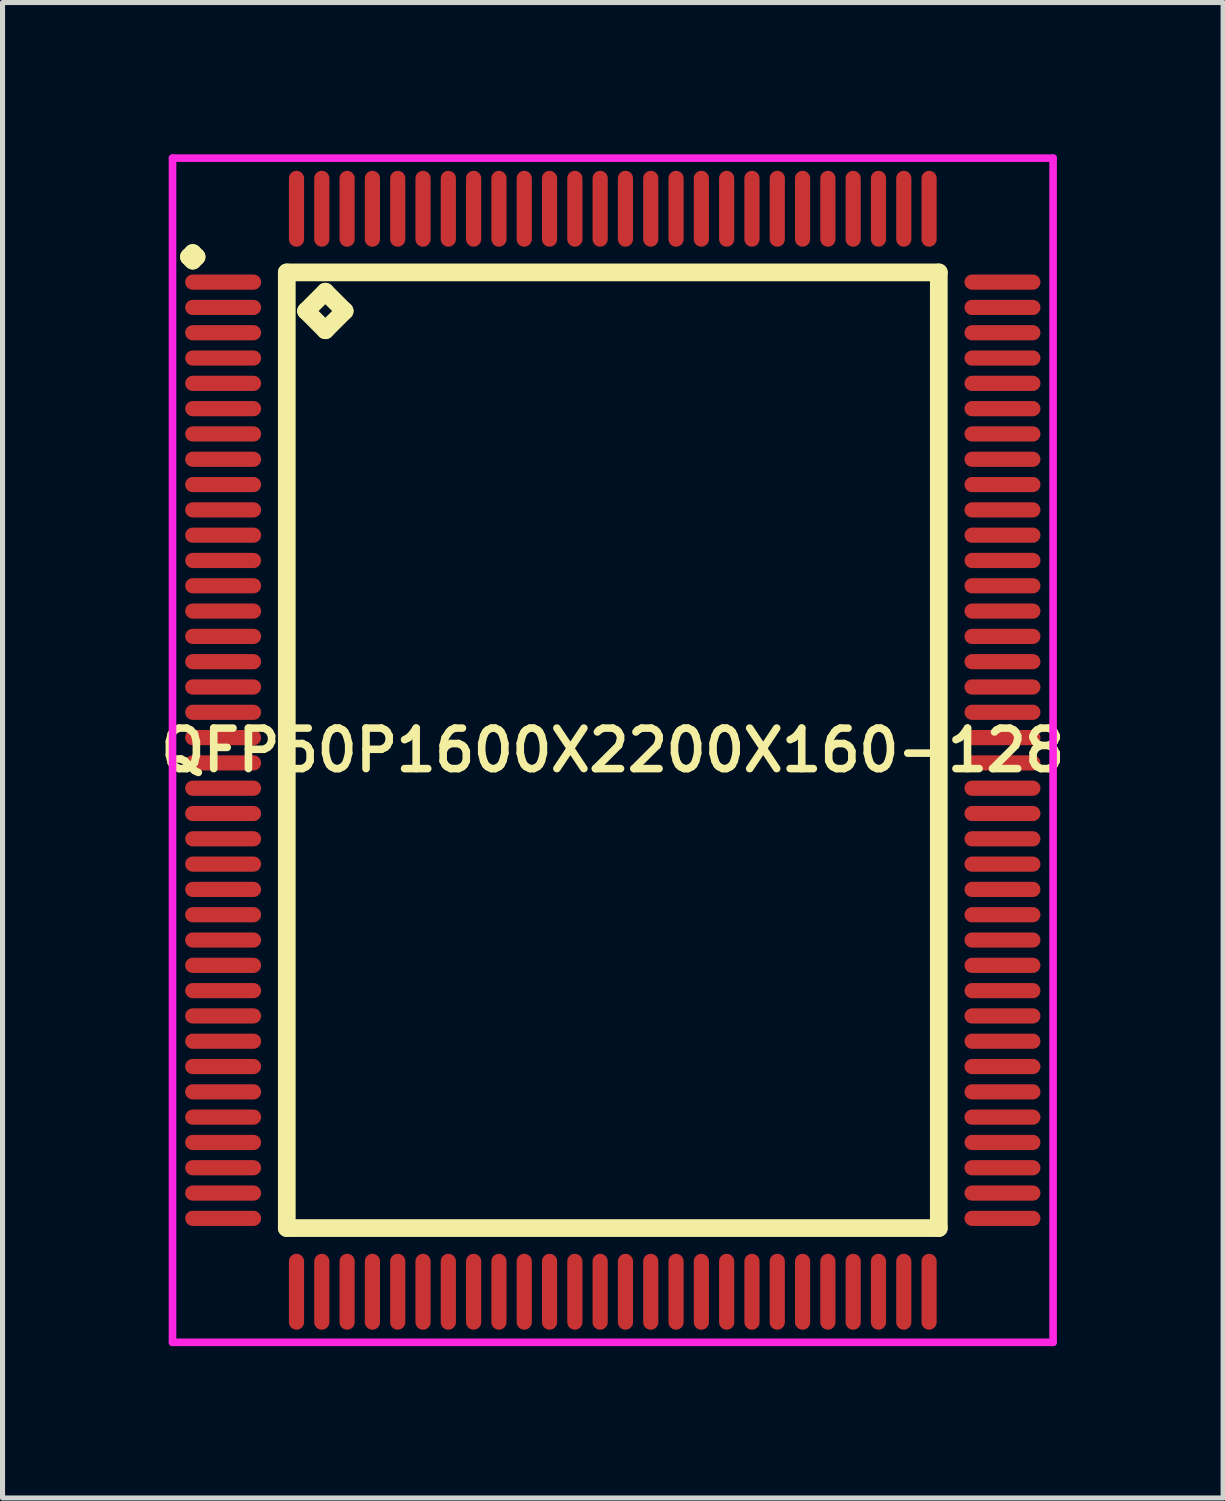
<source format=kicad_pcb>
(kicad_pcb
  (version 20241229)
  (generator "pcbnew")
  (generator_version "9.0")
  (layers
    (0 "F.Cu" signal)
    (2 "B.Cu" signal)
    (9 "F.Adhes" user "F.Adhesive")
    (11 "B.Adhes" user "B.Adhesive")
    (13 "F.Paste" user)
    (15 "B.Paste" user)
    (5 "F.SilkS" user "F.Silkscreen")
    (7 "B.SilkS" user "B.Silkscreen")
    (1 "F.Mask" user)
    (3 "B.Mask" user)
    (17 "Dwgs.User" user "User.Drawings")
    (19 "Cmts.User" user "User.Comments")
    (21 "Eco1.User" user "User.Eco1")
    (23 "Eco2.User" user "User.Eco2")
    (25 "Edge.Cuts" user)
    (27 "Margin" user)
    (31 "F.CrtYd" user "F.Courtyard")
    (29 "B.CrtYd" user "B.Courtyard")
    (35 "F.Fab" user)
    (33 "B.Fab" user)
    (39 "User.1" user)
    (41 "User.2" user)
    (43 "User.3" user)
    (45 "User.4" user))
  (footprint "QFP50P1600X2200X160-128"
    (layer "F.Cu")
    (at 9.059 11.775)
    (property "Reference" "QFP50P1600X2200X160-128" (at 0 0 0) (layer "F.SilkS") (effects (font (size 0.8 0.8) (thickness 0.15))))
    (attr smd)
    (fp_line (start -8.375 -9.75) (end -8.3 -9.825) (stroke (width 0.35) (type solid)) (layer "F.SilkS"))
    (fp_line (start -8.3 -9.825) (end -8.225 -9.75) (stroke (width 0.35) (type solid)) (layer "F.SilkS"))
    (fp_line (start -8.3 -9.675) (end -8.375 -9.75) (stroke (width 0.35) (type solid)) (layer "F.SilkS"))
    (fp_line (start -8.225 -9.75) (end -8.3 -9.675) (stroke (width 0.35) (type solid)) (layer "F.SilkS"))
    (fp_line (start -6.442 -9.442) (end -6.442 9.442) (stroke (width 0.35) (type solid)) (layer "F.SilkS"))
    (fp_line (start -6.442 9.442) (end 6.442 9.442) (stroke (width 0.35) (type solid)) (layer "F.SilkS"))
    (fp_line (start -6.061 -8.68) (end -5.68 -9.061) (stroke (width 0.35) (type solid)) (layer "F.SilkS"))
    (fp_line (start -5.68 -9.061) (end -5.299 -8.68) (stroke (width 0.35) (type solid)) (layer "F.SilkS"))
    (fp_line (start -5.68 -8.299) (end -6.061 -8.68) (stroke (width 0.35) (type solid)) (layer "F.SilkS"))
    (fp_line (start -5.299 -8.68) (end -5.68 -8.299) (stroke (width 0.35) (type solid)) (layer "F.SilkS"))
    (fp_line (start 6.442 -9.442) (end -6.442 -9.442) (stroke (width 0.35) (type solid)) (layer "F.SilkS"))
    (fp_line (start 6.442 9.442) (end 6.442 -9.442) (stroke (width 0.35) (type solid)) (layer "F.SilkS"))
    (fp_line (start -8.7 -11.7) (end 8.7 -11.7) (stroke (width 0.15) (type solid)) (layer "F.CrtYd"))
    (fp_line (start -8.7 11.7) (end -8.7 -11.7) (stroke (width 0.15) (type solid)) (layer "F.CrtYd"))
    (fp_line (start 8.7 -11.7) (end 8.7 11.7) (stroke (width 0.15) (type solid)) (layer "F.CrtYd"))
    (fp_line (start 8.7 11.7) (end -8.7 11.7) (stroke (width 0.15) (type solid)) (layer "F.CrtYd"))
    (pad "1" smd oval (at -7.7 -9.25) (size 1.5 0.3) (layers "F.Cu" "F.Mask" "F.Paste"))
    (pad "2" smd oval (at -7.7 -8.75) (size 1.5 0.3) (layers "F.Cu" "F.Mask" "F.Paste"))
    (pad "3" smd oval (at -7.7 -8.25) (size 1.5 0.3) (layers "F.Cu" "F.Mask" "F.Paste"))
    (pad "4" smd oval (at -7.7 -7.75) (size 1.5 0.3) (layers "F.Cu" "F.Mask" "F.Paste"))
    (pad "5" smd oval (at -7.7 -7.25) (size 1.5 0.3) (layers "F.Cu" "F.Mask" "F.Paste"))
    (pad "6" smd oval (at -7.7 -6.75) (size 1.5 0.3) (layers "F.Cu" "F.Mask" "F.Paste"))
    (pad "7" smd oval (at -7.7 -6.25) (size 1.5 0.3) (layers "F.Cu" "F.Mask" "F.Paste"))
    (pad "8" smd oval (at -7.7 -5.75) (size 1.5 0.3) (layers "F.Cu" "F.Mask" "F.Paste"))
    (pad "9" smd oval (at -7.7 -5.25) (size 1.5 0.3) (layers "F.Cu" "F.Mask" "F.Paste"))
    (pad "10" smd oval (at -7.7 -4.75) (size 1.5 0.3) (layers "F.Cu" "F.Mask" "F.Paste"))
    (pad "11" smd oval (at -7.7 -4.25) (size 1.5 0.3) (layers "F.Cu" "F.Mask" "F.Paste"))
    (pad "12" smd oval (at -7.7 -3.75) (size 1.5 0.3) (layers "F.Cu" "F.Mask" "F.Paste"))
    (pad "13" smd oval (at -7.7 -3.25) (size 1.5 0.3) (layers "F.Cu" "F.Mask" "F.Paste"))
    (pad "14" smd oval (at -7.7 -2.75) (size 1.5 0.3) (layers "F.Cu" "F.Mask" "F.Paste"))
    (pad "15" smd oval (at -7.7 -2.25) (size 1.5 0.3) (layers "F.Cu" "F.Mask" "F.Paste"))
    (pad "16" smd oval (at -7.7 -1.75) (size 1.5 0.3) (layers "F.Cu" "F.Mask" "F.Paste"))
    (pad "17" smd oval (at -7.7 -1.25) (size 1.5 0.3) (layers "F.Cu" "F.Mask" "F.Paste"))
    (pad "18" smd oval (at -7.7 -0.75) (size 1.5 0.3) (layers "F.Cu" "F.Mask" "F.Paste"))
    (pad "19" smd oval (at -7.7 -0.25) (size 1.5 0.3) (layers "F.Cu" "F.Mask" "F.Paste"))
    (pad "20" smd oval (at -7.7 0.25) (size 1.5 0.3) (layers "F.Cu" "F.Mask" "F.Paste"))
    (pad "21" smd oval (at -7.7 0.75) (size 1.5 0.3) (layers "F.Cu" "F.Mask" "F.Paste"))
    (pad "22" smd oval (at -7.7 1.25) (size 1.5 0.3) (layers "F.Cu" "F.Mask" "F.Paste"))
    (pad "23" smd oval (at -7.7 1.75) (size 1.5 0.3) (layers "F.Cu" "F.Mask" "F.Paste"))
    (pad "24" smd oval (at -7.7 2.25) (size 1.5 0.3) (layers "F.Cu" "F.Mask" "F.Paste"))
    (pad "25" smd oval (at -7.7 2.75) (size 1.5 0.3) (layers "F.Cu" "F.Mask" "F.Paste"))
    (pad "26" smd oval (at -7.7 3.25) (size 1.5 0.3) (layers "F.Cu" "F.Mask" "F.Paste"))
    (pad "27" smd oval (at -7.7 3.75) (size 1.5 0.3) (layers "F.Cu" "F.Mask" "F.Paste"))
    (pad "28" smd oval (at -7.7 4.25) (size 1.5 0.3) (layers "F.Cu" "F.Mask" "F.Paste"))
    (pad "29" smd oval (at -7.7 4.75) (size 1.5 0.3) (layers "F.Cu" "F.Mask" "F.Paste"))
    (pad "30" smd oval (at -7.7 5.25) (size 1.5 0.3) (layers "F.Cu" "F.Mask" "F.Paste"))
    (pad "31" smd oval (at -7.7 5.75) (size 1.5 0.3) (layers "F.Cu" "F.Mask" "F.Paste"))
    (pad "32" smd oval (at -7.7 6.25) (size 1.5 0.3) (layers "F.Cu" "F.Mask" "F.Paste"))
    (pad "33" smd oval (at -7.7 6.75) (size 1.5 0.3) (layers "F.Cu" "F.Mask" "F.Paste"))
    (pad "34" smd oval (at -7.7 7.25) (size 1.5 0.3) (layers "F.Cu" "F.Mask" "F.Paste"))
    (pad "35" smd oval (at -7.7 7.75) (size 1.5 0.3) (layers "F.Cu" "F.Mask" "F.Paste"))
    (pad "36" smd oval (at -7.7 8.25) (size 1.5 0.3) (layers "F.Cu" "F.Mask" "F.Paste"))
    (pad "37" smd oval (at -7.7 8.75) (size 1.5 0.3) (layers "F.Cu" "F.Mask" "F.Paste"))
    (pad "38" smd oval (at -7.7 9.25) (size 1.5 0.3) (layers "F.Cu" "F.Mask" "F.Paste"))
    (pad "39" smd oval (at -6.25 10.7) (size 0.3 1.5) (layers "F.Cu" "F.Mask" "F.Paste"))
    (pad "40" smd oval (at -5.75 10.7) (size 0.3 1.5) (layers "F.Cu" "F.Mask" "F.Paste"))
    (pad "41" smd oval (at -5.25 10.7) (size 0.3 1.5) (layers "F.Cu" "F.Mask" "F.Paste"))
    (pad "42" smd oval (at -4.75 10.7) (size 0.3 1.5) (layers "F.Cu" "F.Mask" "F.Paste"))
    (pad "43" smd oval (at -4.25 10.7) (size 0.3 1.5) (layers "F.Cu" "F.Mask" "F.Paste"))
    (pad "44" smd oval (at -3.75 10.7) (size 0.3 1.5) (layers "F.Cu" "F.Mask" "F.Paste"))
    (pad "45" smd oval (at -3.25 10.7) (size 0.3 1.5) (layers "F.Cu" "F.Mask" "F.Paste"))
    (pad "46" smd oval (at -2.75 10.7) (size 0.3 1.5) (layers "F.Cu" "F.Mask" "F.Paste"))
    (pad "47" smd oval (at -2.25 10.7) (size 0.3 1.5) (layers "F.Cu" "F.Mask" "F.Paste"))
    (pad "48" smd oval (at -1.75 10.7) (size 0.3 1.5) (layers "F.Cu" "F.Mask" "F.Paste"))
    (pad "49" smd oval (at -1.25 10.7) (size 0.3 1.5) (layers "F.Cu" "F.Mask" "F.Paste"))
    (pad "50" smd oval (at -0.75 10.7) (size 0.3 1.5) (layers "F.Cu" "F.Mask" "F.Paste"))
    (pad "51" smd oval (at -0.25 10.7) (size 0.3 1.5) (layers "F.Cu" "F.Mask" "F.Paste"))
    (pad "52" smd oval (at 0.25 10.7) (size 0.3 1.5) (layers "F.Cu" "F.Mask" "F.Paste"))
    (pad "53" smd oval (at 0.75 10.7) (size 0.3 1.5) (layers "F.Cu" "F.Mask" "F.Paste"))
    (pad "54" smd oval (at 1.25 10.7) (size 0.3 1.5) (layers "F.Cu" "F.Mask" "F.Paste"))
    (pad "55" smd oval (at 1.75 10.7) (size 0.3 1.5) (layers "F.Cu" "F.Mask" "F.Paste"))
    (pad "56" smd oval (at 2.25 10.7) (size 0.3 1.5) (layers "F.Cu" "F.Mask" "F.Paste"))
    (pad "57" smd oval (at 2.75 10.7) (size 0.3 1.5) (layers "F.Cu" "F.Mask" "F.Paste"))
    (pad "58" smd oval (at 3.25 10.7) (size 0.3 1.5) (layers "F.Cu" "F.Mask" "F.Paste"))
    (pad "59" smd oval (at 3.75 10.7) (size 0.3 1.5) (layers "F.Cu" "F.Mask" "F.Paste"))
    (pad "60" smd oval (at 4.25 10.7) (size 0.3 1.5) (layers "F.Cu" "F.Mask" "F.Paste"))
    (pad "61" smd oval (at 4.75 10.7) (size 0.3 1.5) (layers "F.Cu" "F.Mask" "F.Paste"))
    (pad "62" smd oval (at 5.25 10.7) (size 0.3 1.5) (layers "F.Cu" "F.Mask" "F.Paste"))
    (pad "63" smd oval (at 5.75 10.7) (size 0.3 1.5) (layers "F.Cu" "F.Mask" "F.Paste"))
    (pad "64" smd oval (at 6.25 10.7) (size 0.3 1.5) (layers "F.Cu" "F.Mask" "F.Paste"))
    (pad "65" smd oval (at 7.7 9.25) (size 1.5 0.3) (layers "F.Cu" "F.Mask" "F.Paste"))
    (pad "66" smd oval (at 7.7 8.75) (size 1.5 0.3) (layers "F.Cu" "F.Mask" "F.Paste"))
    (pad "67" smd oval (at 7.7 8.25) (size 1.5 0.3) (layers "F.Cu" "F.Mask" "F.Paste"))
    (pad "68" smd oval (at 7.7 7.75) (size 1.5 0.3) (layers "F.Cu" "F.Mask" "F.Paste"))
    (pad "69" smd oval (at 7.7 7.25) (size 1.5 0.3) (layers "F.Cu" "F.Mask" "F.Paste"))
    (pad "70" smd oval (at 7.7 6.75) (size 1.5 0.3) (layers "F.Cu" "F.Mask" "F.Paste"))
    (pad "71" smd oval (at 7.7 6.25) (size 1.5 0.3) (layers "F.Cu" "F.Mask" "F.Paste"))
    (pad "72" smd oval (at 7.7 5.75) (size 1.5 0.3) (layers "F.Cu" "F.Mask" "F.Paste"))
    (pad "73" smd oval (at 7.7 5.25) (size 1.5 0.3) (layers "F.Cu" "F.Mask" "F.Paste"))
    (pad "74" smd oval (at 7.7 4.75) (size 1.5 0.3) (layers "F.Cu" "F.Mask" "F.Paste"))
    (pad "75" smd oval (at 7.7 4.25) (size 1.5 0.3) (layers "F.Cu" "F.Mask" "F.Paste"))
    (pad "76" smd oval (at 7.7 3.75) (size 1.5 0.3) (layers "F.Cu" "F.Mask" "F.Paste"))
    (pad "77" smd oval (at 7.7 3.25) (size 1.5 0.3) (layers "F.Cu" "F.Mask" "F.Paste"))
    (pad "78" smd oval (at 7.7 2.75) (size 1.5 0.3) (layers "F.Cu" "F.Mask" "F.Paste"))
    (pad "79" smd oval (at 7.7 2.25) (size 1.5 0.3) (layers "F.Cu" "F.Mask" "F.Paste"))
    (pad "80" smd oval (at 7.7 1.75) (size 1.5 0.3) (layers "F.Cu" "F.Mask" "F.Paste"))
    (pad "81" smd oval (at 7.7 1.25) (size 1.5 0.3) (layers "F.Cu" "F.Mask" "F.Paste"))
    (pad "82" smd oval (at 7.7 0.75) (size 1.5 0.3) (layers "F.Cu" "F.Mask" "F.Paste"))
    (pad "83" smd oval (at 7.7 0.25) (size 1.5 0.3) (layers "F.Cu" "F.Mask" "F.Paste"))
    (pad "84" smd oval (at 7.7 -0.25) (size 1.5 0.3) (layers "F.Cu" "F.Mask" "F.Paste"))
    (pad "85" smd oval (at 7.7 -0.75) (size 1.5 0.3) (layers "F.Cu" "F.Mask" "F.Paste"))
    (pad "86" smd oval (at 7.7 -1.25) (size 1.5 0.3) (layers "F.Cu" "F.Mask" "F.Paste"))
    (pad "87" smd oval (at 7.7 -1.75) (size 1.5 0.3) (layers "F.Cu" "F.Mask" "F.Paste"))
    (pad "88" smd oval (at 7.7 -2.25) (size 1.5 0.3) (layers "F.Cu" "F.Mask" "F.Paste"))
    (pad "89" smd oval (at 7.7 -2.75) (size 1.5 0.3) (layers "F.Cu" "F.Mask" "F.Paste"))
    (pad "90" smd oval (at 7.7 -3.25) (size 1.5 0.3) (layers "F.Cu" "F.Mask" "F.Paste"))
    (pad "91" smd oval (at 7.7 -3.75) (size 1.5 0.3) (layers "F.Cu" "F.Mask" "F.Paste"))
    (pad "92" smd oval (at 7.7 -4.25) (size 1.5 0.3) (layers "F.Cu" "F.Mask" "F.Paste"))
    (pad "93" smd oval (at 7.7 -4.75) (size 1.5 0.3) (layers "F.Cu" "F.Mask" "F.Paste"))
    (pad "94" smd oval (at 7.7 -5.25) (size 1.5 0.3) (layers "F.Cu" "F.Mask" "F.Paste"))
    (pad "95" smd oval (at 7.7 -5.75) (size 1.5 0.3) (layers "F.Cu" "F.Mask" "F.Paste"))
    (pad "96" smd oval (at 7.7 -6.25) (size 1.5 0.3) (layers "F.Cu" "F.Mask" "F.Paste"))
    (pad "97" smd oval (at 7.7 -6.75) (size 1.5 0.3) (layers "F.Cu" "F.Mask" "F.Paste"))
    (pad "98" smd oval (at 7.7 -7.25) (size 1.5 0.3) (layers "F.Cu" "F.Mask" "F.Paste"))
    (pad "99" smd oval (at 7.7 -7.75) (size 1.5 0.3) (layers "F.Cu" "F.Mask" "F.Paste"))
    (pad "100" smd oval (at 7.7 -8.25) (size 1.5 0.3) (layers "F.Cu" "F.Mask" "F.Paste"))
    (pad "101" smd oval (at 7.7 -8.75) (size 1.5 0.3) (layers "F.Cu" "F.Mask" "F.Paste"))
    (pad "102" smd oval (at 7.7 -9.25) (size 1.5 0.3) (layers "F.Cu" "F.Mask" "F.Paste"))
    (pad "103" smd oval (at 6.25 -10.7) (size 0.3 1.5) (layers "F.Cu" "F.Mask" "F.Paste"))
    (pad "104" smd oval (at 5.75 -10.7) (size 0.3 1.5) (layers "F.Cu" "F.Mask" "F.Paste"))
    (pad "105" smd oval (at 5.25 -10.7) (size 0.3 1.5) (layers "F.Cu" "F.Mask" "F.Paste"))
    (pad "106" smd oval (at 4.75 -10.7) (size 0.3 1.5) (layers "F.Cu" "F.Mask" "F.Paste"))
    (pad "107" smd oval (at 4.25 -10.7) (size 0.3 1.5) (layers "F.Cu" "F.Mask" "F.Paste"))
    (pad "108" smd oval (at 3.75 -10.7) (size 0.3 1.5) (layers "F.Cu" "F.Mask" "F.Paste"))
    (pad "109" smd oval (at 3.25 -10.7) (size 0.3 1.5) (layers "F.Cu" "F.Mask" "F.Paste"))
    (pad "110" smd oval (at 2.75 -10.7) (size 0.3 1.5) (layers "F.Cu" "F.Mask" "F.Paste"))
    (pad "111" smd oval (at 2.25 -10.7) (size 0.3 1.5) (layers "F.Cu" "F.Mask" "F.Paste"))
    (pad "112" smd oval (at 1.75 -10.7) (size 0.3 1.5) (layers "F.Cu" "F.Mask" "F.Paste"))
    (pad "113" smd oval (at 1.25 -10.7) (size 0.3 1.5) (layers "F.Cu" "F.Mask" "F.Paste"))
    (pad "114" smd oval (at 0.75 -10.7) (size 0.3 1.5) (layers "F.Cu" "F.Mask" "F.Paste"))
    (pad "115" smd oval (at 0.25 -10.7) (size 0.3 1.5) (layers "F.Cu" "F.Mask" "F.Paste"))
    (pad "116" smd oval (at -0.25 -10.7) (size 0.3 1.5) (layers "F.Cu" "F.Mask" "F.Paste"))
    (pad "117" smd oval (at -0.75 -10.7) (size 0.3 1.5) (layers "F.Cu" "F.Mask" "F.Paste"))
    (pad "118" smd oval (at -1.25 -10.7) (size 0.3 1.5) (layers "F.Cu" "F.Mask" "F.Paste"))
    (pad "119" smd oval (at -1.75 -10.7) (size 0.3 1.5) (layers "F.Cu" "F.Mask" "F.Paste"))
    (pad "120" smd oval (at -2.25 -10.7) (size 0.3 1.5) (layers "F.Cu" "F.Mask" "F.Paste"))
    (pad "121" smd oval (at -2.75 -10.7) (size 0.3 1.5) (layers "F.Cu" "F.Mask" "F.Paste"))
    (pad "122" smd oval (at -3.25 -10.7) (size 0.3 1.5) (layers "F.Cu" "F.Mask" "F.Paste"))
    (pad "123" smd oval (at -3.75 -10.7) (size 0.3 1.5) (layers "F.Cu" "F.Mask" "F.Paste"))
    (pad "124" smd oval (at -4.25 -10.7) (size 0.3 1.5) (layers "F.Cu" "F.Mask" "F.Paste"))
    (pad "125" smd oval (at -4.75 -10.7) (size 0.3 1.5) (layers "F.Cu" "F.Mask" "F.Paste"))
    (pad "126" smd oval (at -5.25 -10.7) (size 0.3 1.5) (layers "F.Cu" "F.Mask" "F.Paste"))
    (pad "127" smd oval (at -5.75 -10.7) (size 0.3 1.5) (layers "F.Cu" "F.Mask" "F.Paste"))
    (pad "128" smd oval (at -6.25 -10.7) (size 0.3 1.5) (layers "F.Cu" "F.Mask" "F.Paste")))
  (gr_rect
    (start -3 -3)
    (end 21.119 26.55)
    (stroke (width 0.1) (type default))
    (fill no)
    (layer "Edge.Cuts")))
</source>
